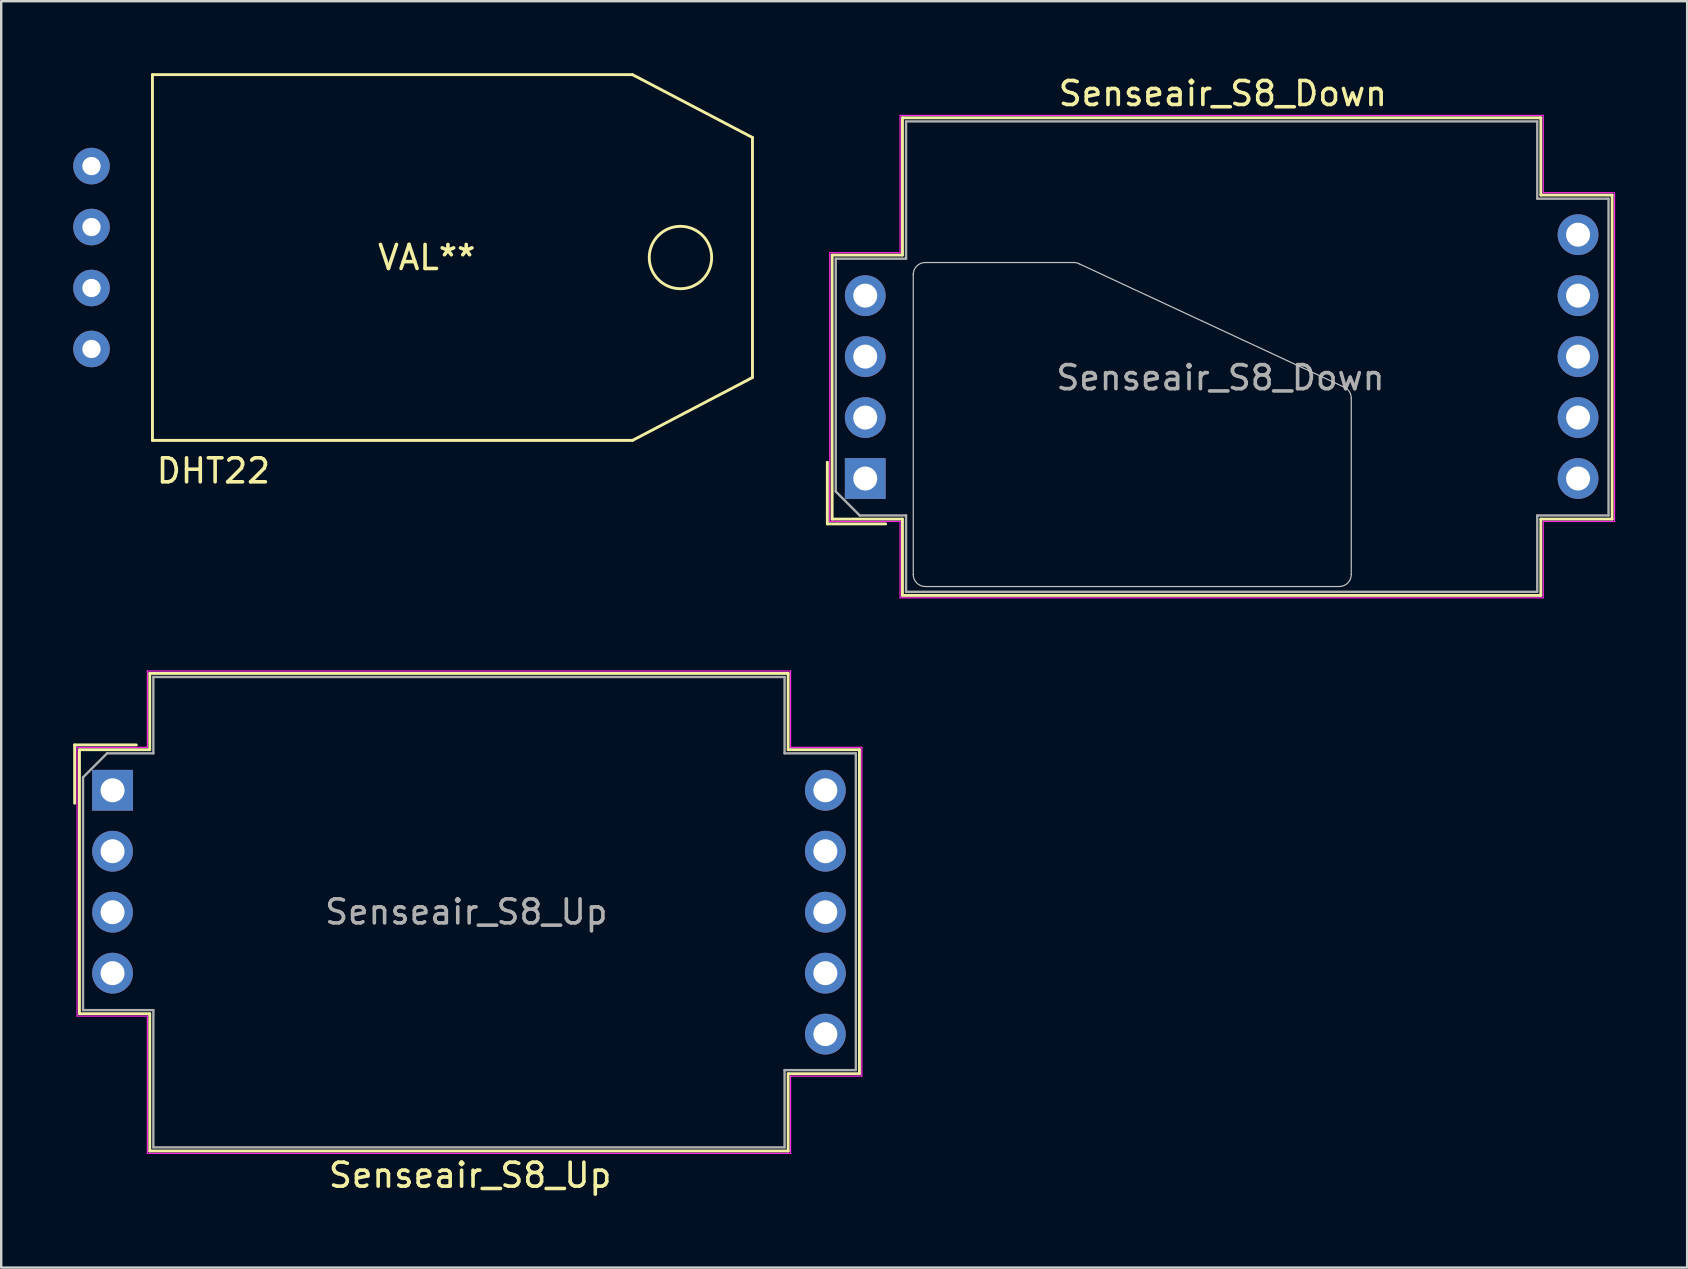
<source format=kicad_pcb>
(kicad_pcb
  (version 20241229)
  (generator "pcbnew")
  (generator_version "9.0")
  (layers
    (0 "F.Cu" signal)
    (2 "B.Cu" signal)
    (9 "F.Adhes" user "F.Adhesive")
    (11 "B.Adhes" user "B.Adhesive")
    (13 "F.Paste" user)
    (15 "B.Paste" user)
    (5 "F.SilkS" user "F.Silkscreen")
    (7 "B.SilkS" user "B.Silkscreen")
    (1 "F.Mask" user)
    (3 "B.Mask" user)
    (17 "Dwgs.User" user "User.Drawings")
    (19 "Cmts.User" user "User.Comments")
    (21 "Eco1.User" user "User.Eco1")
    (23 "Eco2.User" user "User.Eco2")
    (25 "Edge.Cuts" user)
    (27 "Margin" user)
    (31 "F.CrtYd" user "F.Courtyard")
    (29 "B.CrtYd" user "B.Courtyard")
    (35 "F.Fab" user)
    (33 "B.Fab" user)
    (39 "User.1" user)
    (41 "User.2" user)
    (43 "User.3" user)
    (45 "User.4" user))
  (footprint "Senseair_S8_Down"
    (layer "F.Cu")
    (at 33.002 16.888)
    (property "Reference" "Senseair_S8_Down" (at 14.9 -16.04 180) (layer "F.SilkS") (effects (font (size 1 1) (thickness 0.15))))
    (attr through_hole)
    (fp_line (start -1.58 1.89) (end -1.58 -0.68) (stroke (width 0.12) (type solid)) (layer "F.SilkS"))
    (fp_line (start -1.38 -9.31) (end -1.38 1.69) (stroke (width 0.12) (type solid)) (layer "F.SilkS"))
    (fp_line (start 0.85 1.89) (end -1.58 1.89) (stroke (width 0.12) (type solid)) (layer "F.SilkS"))
    (fp_line (start 1.55 -9.31) (end -1.38 -9.31) (stroke (width 0.12) (type solid)) (layer "F.SilkS"))
    (fp_line (start 1.55 -9.31) (end 1.55 -15.03) (stroke (width 0.12) (type solid)) (layer "F.SilkS"))
    (fp_line (start 1.55 1.69) (end -1.38 1.69) (stroke (width 0.12) (type solid)) (layer "F.SilkS"))
    (fp_line (start 1.55 4.87) (end 1.55 1.69) (stroke (width 0.12) (type solid)) (layer "F.SilkS"))
    (fp_line (start 1.55 4.87) (end 28.15 4.87) (stroke (width 0.12) (type solid)) (layer "F.SilkS"))
    (fp_line (start 28.15 -15.03) (end 1.55 -15.03) (stroke (width 0.12) (type solid)) (layer "F.SilkS"))
    (fp_line (start 28.15 -15.03) (end 28.15 -11.81) (stroke (width 0.12) (type solid)) (layer "F.SilkS"))
    (fp_line (start 28.15 1.69) (end 28.15 4.87) (stroke (width 0.12) (type solid)) (layer "F.SilkS"))
    (fp_line (start 31.12 -11.81) (end 28.15 -11.81) (stroke (width 0.12) (type solid)) (layer "F.SilkS"))
    (fp_line (start 31.12 -11.81) (end 31.12 1.69) (stroke (width 0.12) (type solid)) (layer "F.SilkS"))
    (fp_line (start 31.12 1.69) (end 28.15 1.69) (stroke (width 0.12) (type solid)) (layer "F.SilkS"))
    (fp_line (start 2 -8.5) (end 2 4) (stroke (width 0.05) (type solid)) (layer "Dwgs.User"))
    (fp_line (start 2.5 4.5) (end 19.75 4.5) (stroke (width 0.05) (type solid)) (layer "Dwgs.User"))
    (fp_line (start 8.7 -9) (end 2.5 -9) (stroke (width 0.05) (type solid)) (layer "Dwgs.User"))
    (fp_line (start 19.961 -3.803) (end 8.925 -8.94) (stroke (width 0.05) (type solid)) (layer "Dwgs.User"))
    (fp_line (start 20.25 4) (end 20.25 -3.35) (stroke (width 0.05) (type solid)) (layer "Dwgs.User"))
    (fp_arc (start 2 -8.5) (mid 2.146447 -8.853553) (end 2.5 -9) (stroke (width 0.05) (type solid)) (layer "Dwgs.User"))
    (fp_arc (start 2.5 4.5) (mid 2.146447 4.353553) (end 2 4) (stroke (width 0.05) (type solid)) (layer "Dwgs.User"))
    (fp_arc (start 8.7 -9) (mid 8.816469 -8.984667) (end 8.925 -8.939711) (stroke (width 0.05) (type solid)) (layer "Dwgs.User"))
    (fp_arc (start 19.961309 -3.803154) (mid 20.171696 -3.61865) (end 20.25 -3.35) (stroke (width 0.05) (type solid)) (layer "Dwgs.User"))
    (fp_arc (start 20.25 4) (mid 20.103553 4.353553) (end 19.75 4.5) (stroke (width 0.05) (type solid)) (layer "Dwgs.User"))
    (fp_line (start -1.48 -9.41) (end -1.48 1.79) (stroke (width 0.05) (type solid)) (layer "F.CrtYd"))
    (fp_line (start 1.45 -9.41) (end -1.48 -9.41) (stroke (width 0.05) (type solid)) (layer "F.CrtYd"))
    (fp_line (start 1.45 -9.41) (end 1.45 -15.13) (stroke (width 0.05) (type solid)) (layer "F.CrtYd"))
    (fp_line (start 1.45 1.79) (end -1.48 1.79) (stroke (width 0.05) (type solid)) (layer "F.CrtYd"))
    (fp_line (start 1.45 4.97) (end 1.45 1.79) (stroke (width 0.05) (type solid)) (layer "F.CrtYd"))
    (fp_line (start 1.45 4.97) (end 28.25 4.97) (stroke (width 0.05) (type solid)) (layer "F.CrtYd"))
    (fp_line (start 28.25 -15.13) (end 1.45 -15.13) (stroke (width 0.05) (type solid)) (layer "F.CrtYd"))
    (fp_line (start 28.25 -15.13) (end 28.25 -11.91) (stroke (width 0.05) (type solid)) (layer "F.CrtYd"))
    (fp_line (start 28.25 1.79) (end 28.25 4.97) (stroke (width 0.05) (type solid)) (layer "F.CrtYd"))
    (fp_line (start 31.22 -11.91) (end 28.25 -11.91) (stroke (width 0.05) (type solid)) (layer "F.CrtYd"))
    (fp_line (start 31.22 -11.91) (end 31.22 1.79) (stroke (width 0.05) (type solid)) (layer "F.CrtYd"))
    (fp_line (start 31.22 1.79) (end 28.25 1.79) (stroke (width 0.05) (type solid)) (layer "F.CrtYd"))
    (fp_line (start -1.23 -9.16) (end -1.23 0.54) (stroke (width 0.1) (type solid)) (layer "F.Fab"))
    (fp_line (start -1.23 0.54) (end -0.23 1.54) (stroke (width 0.1) (type solid)) (layer "F.Fab"))
    (fp_line (start 1.7 -9.16) (end -1.23 -9.16) (stroke (width 0.1) (type solid)) (layer "F.Fab"))
    (fp_line (start 1.7 -9.16) (end 1.7 -14.88) (stroke (width 0.1) (type solid)) (layer "F.Fab"))
    (fp_line (start 1.7 1.54) (end -0.23 1.54) (stroke (width 0.1) (type solid)) (layer "F.Fab"))
    (fp_line (start 1.7 4.72) (end 1.7 1.54) (stroke (width 0.1) (type solid)) (layer "F.Fab"))
    (fp_line (start 1.7 4.72) (end 28 4.72) (stroke (width 0.1) (type solid)) (layer "F.Fab"))
    (fp_line (start 28 -14.88) (end 1.7 -14.88) (stroke (width 0.1) (type solid)) (layer "F.Fab"))
    (fp_line (start 28 -14.88) (end 28 -11.66) (stroke (width 0.1) (type solid)) (layer "F.Fab"))
    (fp_line (start 28 1.54) (end 28 4.72) (stroke (width 0.1) (type solid)) (layer "F.Fab"))
    (fp_line (start 30.97 -11.66) (end 28 -11.66) (stroke (width 0.1) (type solid)) (layer "F.Fab"))
    (fp_line (start 30.97 -11.66) (end 30.97 1.54) (stroke (width 0.1) (type solid)) (layer "F.Fab"))
    (fp_line (start 30.97 1.54) (end 28 1.54) (stroke (width 0.1) (type solid)) (layer "F.Fab"))
    (fp_text user "${REFERENCE}" (at 14.8 -4.2 0) (layer "F.Fab") (effects (font (size 1 1) (thickness 0.15))))
    (pad "1" thru_hole rect (at 0 0) (size 1.7 1.7) (drill 1) (layers "*.Cu" "*.Mask"))
    (pad "2" thru_hole circle (at 0 -2.54) (size 1.7 1.7) (drill 1) (layers "*.Cu" "*.Mask"))
    (pad "3" thru_hole circle (at 0 -5.08) (size 1.7 1.7) (drill 1) (layers "*.Cu" "*.Mask"))
    (pad "4" thru_hole circle (at 0 -7.62) (size 1.7 1.7) (drill 1) (layers "*.Cu" "*.Mask"))
    (pad "5" thru_hole circle (at 29.7 -10.16) (size 1.7 1.7) (drill 1) (layers "*.Cu" "*.Mask"))
    (pad "6" thru_hole circle (at 29.7 -7.62) (size 1.7 1.7) (drill 1) (layers "*.Cu" "*.Mask"))
    (pad "7" thru_hole circle (at 29.7 -5.08) (size 1.7 1.7) (drill 1) (layers "*.Cu" "*.Mask"))
    (pad "8" thru_hole circle (at 29.7 -2.54) (size 1.7 1.7) (drill 1) (layers "*.Cu" "*.Mask"))
    (pad "9" thru_hole circle (at 29.7 0) (size 1.7 1.7) (drill 1) (layers "*.Cu" "*.Mask")))
  (footprint "DHT22"
    (layer "F.Cu")
    (at 3.302 7.68)
    (property "Reference" "DHT22" (at 2.54 8.89 0) (layer "F.SilkS") (effects (font (size 1 1) (thickness 0.15))))
    (attr through_hole)
    (fp_line (start 0 -7.62) (end 20 -7.62) (stroke (width 0.12) (type solid)) (layer "F.SilkS"))
    (fp_line (start 0 7.62) (end 0 -7.62) (stroke (width 0.12) (type solid)) (layer "F.SilkS"))
    (fp_line (start 20 -7.62) (end 25 -5) (stroke (width 0.12) (type solid)) (layer "F.SilkS"))
    (fp_line (start 20 7.62) (end 0 7.62) (stroke (width 0.12) (type solid)) (layer "F.SilkS"))
    (fp_line (start 25 -5) (end 25 5) (stroke (width 0.12) (type solid)) (layer "F.SilkS"))
    (fp_line (start 25 5) (end 20 7.62) (stroke (width 0.12) (type solid)) (layer "F.SilkS"))
    (fp_circle (center 22 0) (end 23.3 0) (stroke (width 0.12) (type solid)) (fill no) (layer "F.SilkS"))
    (fp_text user "VAL**" (at 11.43 0 0) (layer "F.SilkS") (effects (font (size 1 1) (thickness 0.15))))
    (pad "1" thru_hole circle (at -2.54 -3.81 180) (size 1.524 1.524) (drill 0.762) (layers "*.Cu" "*.Mask"))
    (pad "2" thru_hole circle (at -2.54 -1.27 180) (size 1.524 1.524) (drill 0.762) (layers "*.Cu" "*.Mask"))
    (pad "3" thru_hole circle (at -2.54 1.27 180) (size 1.524 1.524) (drill 0.762) (layers "*.Cu" "*.Mask"))
    (pad "4" thru_hole circle (at -2.54 3.81 180) (size 1.524 1.524) (drill 0.762) (layers "*.Cu" "*.Mask")))
  (footprint "Senseair_S8_Up"
    (layer "F.Cu")
    (at 1.64 29.878)
    (property "Reference" "Senseair_S8_Up" (at 14.9 16.04 0) (layer "F.SilkS") (effects (font (size 1 1) (thickness 0.15))))
    (attr through_hole)
    (fp_line (start -1.58 -1.89) (end 0.99 -1.89) (stroke (width 0.12) (type solid)) (layer "F.SilkS"))
    (fp_line (start -1.58 0.54) (end -1.58 -1.89) (stroke (width 0.12) (type solid)) (layer "F.SilkS"))
    (fp_line (start -1.38 9.31) (end -1.38 -1.69) (stroke (width 0.12) (type solid)) (layer "F.SilkS"))
    (fp_line (start 1.55 -4.87) (end 1.55 -1.69) (stroke (width 0.12) (type solid)) (layer "F.SilkS"))
    (fp_line (start 1.55 -4.87) (end 28.15 -4.87) (stroke (width 0.12) (type solid)) (layer "F.SilkS"))
    (fp_line (start 1.55 -1.69) (end -1.38 -1.69) (stroke (width 0.12) (type solid)) (layer "F.SilkS"))
    (fp_line (start 1.55 9.31) (end -1.38 9.31) (stroke (width 0.12) (type solid)) (layer "F.SilkS"))
    (fp_line (start 1.55 9.31) (end 1.55 15.03) (stroke (width 0.12) (type solid)) (layer "F.SilkS"))
    (fp_line (start 28.15 -1.69) (end 28.15 -4.87) (stroke (width 0.12) (type solid)) (layer "F.SilkS"))
    (fp_line (start 28.15 15.03) (end 1.55 15.03) (stroke (width 0.12) (type solid)) (layer "F.SilkS"))
    (fp_line (start 28.15 15.03) (end 28.15 11.81) (stroke (width 0.12) (type solid)) (layer "F.SilkS"))
    (fp_line (start 31.12 -1.69) (end 28.15 -1.69) (stroke (width 0.12) (type solid)) (layer "F.SilkS"))
    (fp_line (start 31.12 11.81) (end 28.15 11.81) (stroke (width 0.12) (type solid)) (layer "F.SilkS"))
    (fp_line (start 31.12 11.81) (end 31.12 -1.69) (stroke (width 0.12) (type solid)) (layer "F.SilkS"))
    (fp_line (start -1.48 9.41) (end -1.48 -1.79) (stroke (width 0.05) (type solid)) (layer "F.CrtYd"))
    (fp_line (start 1.45 -4.97) (end 1.45 -1.79) (stroke (width 0.05) (type solid)) (layer "F.CrtYd"))
    (fp_line (start 1.45 -4.97) (end 28.25 -4.97) (stroke (width 0.05) (type solid)) (layer "F.CrtYd"))
    (fp_line (start 1.45 -1.79) (end -1.48 -1.79) (stroke (width 0.05) (type solid)) (layer "F.CrtYd"))
    (fp_line (start 1.45 9.41) (end -1.48 9.41) (stroke (width 0.05) (type solid)) (layer "F.CrtYd"))
    (fp_line (start 1.45 9.41) (end 1.45 15.13) (stroke (width 0.05) (type solid)) (layer "F.CrtYd"))
    (fp_line (start 28.25 -1.79) (end 28.25 -4.97) (stroke (width 0.05) (type solid)) (layer "F.CrtYd"))
    (fp_line (start 28.25 15.13) (end 1.45 15.13) (stroke (width 0.05) (type solid)) (layer "F.CrtYd"))
    (fp_line (start 28.25 15.13) (end 28.25 11.91) (stroke (width 0.05) (type solid)) (layer "F.CrtYd"))
    (fp_line (start 31.22 -1.79) (end 28.25 -1.79) (stroke (width 0.05) (type solid)) (layer "F.CrtYd"))
    (fp_line (start 31.22 11.91) (end 28.25 11.91) (stroke (width 0.05) (type solid)) (layer "F.CrtYd"))
    (fp_line (start 31.22 11.91) (end 31.22 -1.79) (stroke (width 0.05) (type solid)) (layer "F.CrtYd"))
    (fp_line (start -1.23 -0.54) (end -0.23 -1.54) (stroke (width 0.1) (type solid)) (layer "F.Fab"))
    (fp_line (start -1.23 9.16) (end -1.23 -0.54) (stroke (width 0.1) (type solid)) (layer "F.Fab"))
    (fp_line (start 1.7 -4.72) (end 1.7 -1.54) (stroke (width 0.1) (type solid)) (layer "F.Fab"))
    (fp_line (start 1.7 -4.72) (end 28 -4.72) (stroke (width 0.1) (type solid)) (layer "F.Fab"))
    (fp_line (start 1.7 -1.54) (end -0.23 -1.54) (stroke (width 0.1) (type solid)) (layer "F.Fab"))
    (fp_line (start 1.7 9.16) (end -1.23 9.16) (stroke (width 0.1) (type solid)) (layer "F.Fab"))
    (fp_line (start 1.7 9.16) (end 1.7 14.88) (stroke (width 0.1) (type solid)) (layer "F.Fab"))
    (fp_line (start 28 -1.54) (end 28 -4.72) (stroke (width 0.1) (type solid)) (layer "F.Fab"))
    (fp_line (start 28 14.88) (end 1.7 14.88) (stroke (width 0.1) (type solid)) (layer "F.Fab"))
    (fp_line (start 28 14.88) (end 28 11.66) (stroke (width 0.1) (type solid)) (layer "F.Fab"))
    (fp_line (start 30.97 -1.54) (end 28 -1.54) (stroke (width 0.1) (type solid)) (layer "F.Fab"))
    (fp_line (start 30.97 11.66) (end 28 11.66) (stroke (width 0.1) (type solid)) (layer "F.Fab"))
    (fp_line (start 30.97 11.66) (end 30.97 -1.54) (stroke (width 0.1) (type solid)) (layer "F.Fab"))
    (fp_text user "${REFERENCE}" (at 14.74 5.07 180) (layer "F.Fab") (effects (font (size 1 1) (thickness 0.15))))
    (pad "1" thru_hole rect (at 0 0 180) (size 1.7 1.7) (drill 1) (layers "*.Cu" "*.Mask"))
    (pad "2" thru_hole circle (at 0 2.54 180) (size 1.7 1.7) (drill 1) (layers "*.Cu" "*.Mask"))
    (pad "3" thru_hole circle (at 0 5.08 180) (size 1.7 1.7) (drill 1) (layers "*.Cu" "*.Mask"))
    (pad "4" thru_hole circle (at 0 7.62 180) (size 1.7 1.7) (drill 1) (layers "*.Cu" "*.Mask"))
    (pad "5" thru_hole circle (at 29.7 10.16 180) (size 1.7 1.7) (drill 1) (layers "*.Cu" "*.Mask"))
    (pad "6" thru_hole circle (at 29.7 7.62 180) (size 1.7 1.7) (drill 1) (layers "*.Cu" "*.Mask"))
    (pad "7" thru_hole circle (at 29.7 5.08 180) (size 1.7 1.7) (drill 1) (layers "*.Cu" "*.Mask"))
    (pad "8" thru_hole circle (at 29.7 2.54 180) (size 1.7 1.7) (drill 1) (layers "*.Cu" "*.Mask"))
    (pad "9" thru_hole circle (at 29.7 0 180) (size 1.7 1.7) (drill 1) (layers "*.Cu" "*.Mask")))
  (gr_rect
    (start -3 -3)
    (end 67.247 49.767)
    (stroke (width 0.1) (type default))
    (fill no)
    (layer "Edge.Cuts")))
</source>
